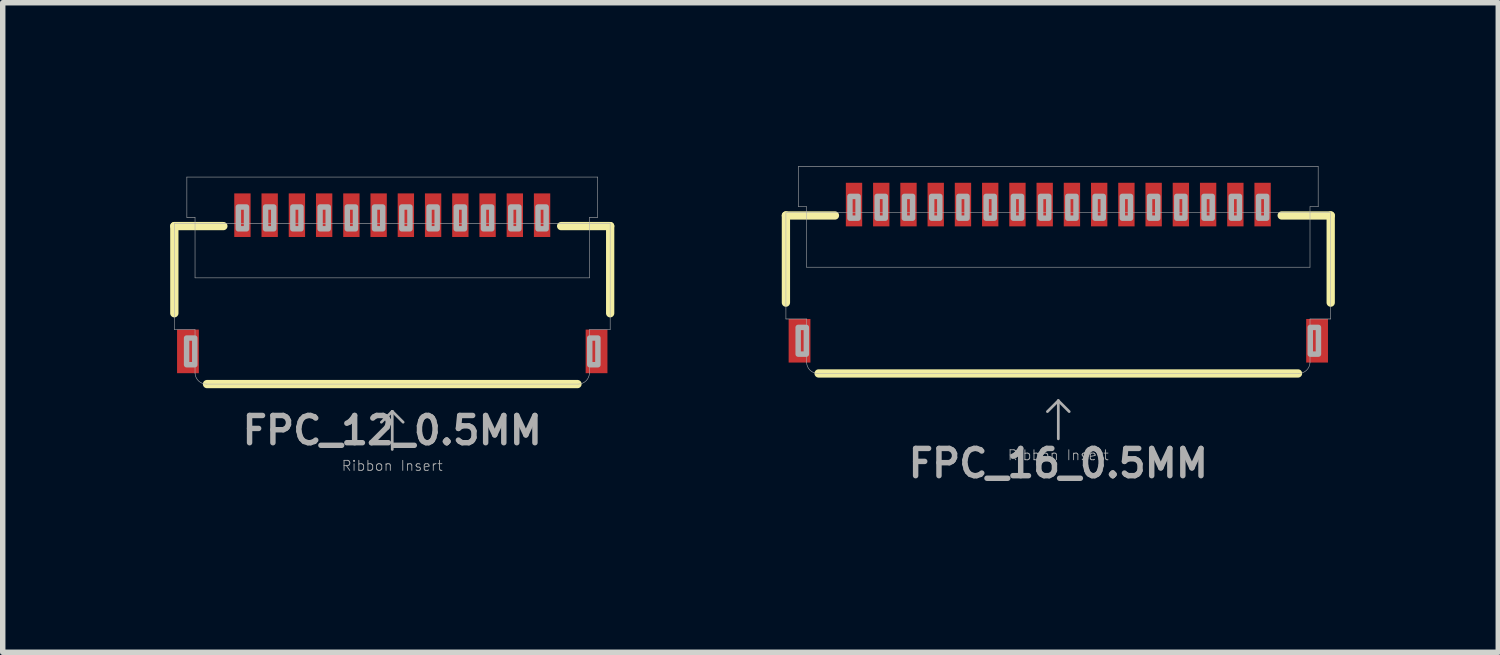
<source format=kicad_pcb>
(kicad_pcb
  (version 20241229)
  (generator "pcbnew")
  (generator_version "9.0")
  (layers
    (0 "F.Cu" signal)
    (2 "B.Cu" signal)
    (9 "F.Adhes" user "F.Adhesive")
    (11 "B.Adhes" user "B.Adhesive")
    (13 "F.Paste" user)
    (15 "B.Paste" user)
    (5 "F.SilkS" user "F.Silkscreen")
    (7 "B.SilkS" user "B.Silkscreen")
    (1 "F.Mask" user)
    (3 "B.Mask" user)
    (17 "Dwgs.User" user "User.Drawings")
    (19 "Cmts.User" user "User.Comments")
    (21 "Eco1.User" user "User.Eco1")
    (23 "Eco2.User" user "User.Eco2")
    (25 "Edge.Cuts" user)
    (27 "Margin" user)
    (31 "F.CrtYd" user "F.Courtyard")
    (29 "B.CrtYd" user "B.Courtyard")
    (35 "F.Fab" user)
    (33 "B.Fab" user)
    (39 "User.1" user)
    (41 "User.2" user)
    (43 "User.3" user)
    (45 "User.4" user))
  (footprint "FPC_12_0.5MM"
    (layer "F.Cu")
    (at 4.15 2.25)
    (property "Reference" "FPC_12_0.5MM" (at 0 2.6 0) (layer "F.Fab") (effects (font (size 0.5 0.5) (thickness 0.1) (bold yes))))
    (fp_line (start -4 -1.15) (end -4 0.45) (stroke (width 0.152) (type solid)) (layer "F.SilkS"))
    (fp_line (start -4 -1.15) (end -3.1 -1.15) (stroke (width 0.152) (type solid)) (layer "F.SilkS"))
    (fp_line (start -3.4 1.75) (end 3.4 1.75) (stroke (width 0.152) (type solid)) (layer "F.SilkS"))
    (fp_line (start 4 -1.15) (end 3.1 -1.15) (stroke (width 0.152) (type solid)) (layer "F.SilkS"))
    (fp_line (start 4 -1.15) (end 4 0.45) (stroke (width 0.152) (type solid)) (layer "F.SilkS"))
    (fp_rect (start -4.1 -2.2) (end 4.1 1.9) (stroke (width 0.1) (type default)) (fill no) (layer "Margin"))
    (fp_line (start -4 -1.2) (end -4 0.75) (stroke (width 0.01) (type solid)) (layer "F.Fab"))
    (fp_line (start -4 -1.2) (end -3.62 -1.2) (stroke (width 0.01) (type solid)) (layer "F.Fab"))
    (fp_line (start -3.77 -2.05) (end -3.77 -1.31) (stroke (width 0.01) (type solid)) (layer "F.Fab"))
    (fp_line (start -3.77 -2.05) (end 3.77 -2.05) (stroke (width 0.01) (type solid)) (layer "F.Fab"))
    (fp_line (start -3.62 -1.31) (end -3.77 -1.31) (stroke (width 0.01) (type solid)) (layer "F.Fab"))
    (fp_line (start -3.62 -1.2) (end -3.62 -1.31) (stroke (width 0.01) (type solid)) (layer "F.Fab"))
    (fp_line (start -3.62 -1.2) (end 3.62 -1.2) (stroke (width 0.01) (type solid)) (layer "F.Fab"))
    (fp_line (start -3.62 -0.2) (end -3.62 -1.2) (stroke (width 0.01) (type solid)) (layer "F.Fab"))
    (fp_line (start -3.62 -0.2) (end 3.62 -0.2) (stroke (width 0.01) (type solid)) (layer "F.Fab"))
    (fp_line (start -3.62 0.75) (end -4 0.75) (stroke (width 0.01) (type solid)) (layer "F.Fab"))
    (fp_line (start -3.62 1.55) (end -3.62 0.75) (stroke (width 0.01) (type solid)) (layer "F.Fab"))
    (fp_line (start 0 2.25) (end -0.2 2.45) (stroke (width 0.05) (type solid)) (layer "F.Fab"))
    (fp_line (start 0 2.25) (end 0.2 2.45) (stroke (width 0.05) (type solid)) (layer "F.Fab"))
    (fp_line (start 0 2.95) (end 0 2.25) (stroke (width 0.05) (type solid)) (layer "F.Fab"))
    (fp_line (start 3.41 1.75) (end -3.41 1.75) (stroke (width 0.01) (type solid)) (layer "F.Fab"))
    (fp_line (start 3.62 -1.31) (end 3.77 -1.31) (stroke (width 0.01) (type solid)) (layer "F.Fab"))
    (fp_line (start 3.62 -1.2) (end 3.62 -1.31) (stroke (width 0.01) (type solid)) (layer "F.Fab"))
    (fp_line (start 3.62 -1.2) (end 4 -1.2) (stroke (width 0.01) (type solid)) (layer "F.Fab"))
    (fp_line (start 3.62 -0.2) (end 3.62 -1.2) (stroke (width 0.01) (type solid)) (layer "F.Fab"))
    (fp_line (start 3.62 1.55) (end 3.62 0.75) (stroke (width 0.01) (type solid)) (layer "F.Fab"))
    (fp_line (start 3.77 -1.31) (end 3.77 -2.05) (stroke (width 0.01) (type solid)) (layer "F.Fab"))
    (fp_line (start 4 -1.2) (end 4 0.75) (stroke (width 0.01) (type solid)) (layer "F.Fab"))
    (fp_line (start 4 0.75) (end 3.62 0.75) (stroke (width 0.01) (type solid)) (layer "F.Fab"))
    (fp_arc (start -3.409999 1.749999) (mid -3.55542 1.692442) (end -3.62 1.55) (stroke (width 0.01) (type solid)) (layer "F.Fab"))
    (fp_arc (start 3.62 1.55) (mid 3.55542 1.692442) (end 3.409999 1.749999) (stroke (width 0.01) (type solid)) (layer "F.Fab"))
    (fp_poly (pts (xy -3.775 1.395) (xy -3.625 1.395) (xy -3.625 0.905) (xy -3.775 0.905)) (stroke (width 0.1) (type default)) (fill no) (layer "F.Fab"))
    (fp_poly (pts (xy -2.825 -1.1) (xy -2.675 -1.1) (xy -2.675 -1.5) (xy -2.825 -1.5)) (stroke (width 0.1) (type default)) (fill no) (layer "F.Fab"))
    (fp_poly (pts (xy -2.325 -1.1) (xy -2.175 -1.1) (xy -2.175 -1.5) (xy -2.325 -1.5)) (stroke (width 0.1) (type default)) (fill no) (layer "F.Fab"))
    (fp_poly (pts (xy -1.825 -1.1) (xy -1.675 -1.1) (xy -1.675 -1.5) (xy -1.825 -1.5)) (stroke (width 0.1) (type default)) (fill no) (layer "F.Fab"))
    (fp_poly (pts (xy -1.325 -1.1) (xy -1.175 -1.1) (xy -1.175 -1.5) (xy -1.325 -1.5)) (stroke (width 0.1) (type default)) (fill no) (layer "F.Fab"))
    (fp_poly (pts (xy -0.825 -1.1) (xy -0.675 -1.1) (xy -0.675 -1.5) (xy -0.825 -1.5)) (stroke (width 0.1) (type default)) (fill no) (layer "F.Fab"))
    (fp_poly (pts (xy -0.325 -1.1) (xy -0.175 -1.1) (xy -0.175 -1.5) (xy -0.325 -1.5)) (stroke (width 0.1) (type default)) (fill no) (layer "F.Fab"))
    (fp_poly (pts (xy 0.175 -1.1) (xy 0.325 -1.1) (xy 0.325 -1.5) (xy 0.175 -1.5)) (stroke (width 0.1) (type default)) (fill no) (layer "F.Fab"))
    (fp_poly (pts (xy 0.675 -1.1) (xy 0.825 -1.1) (xy 0.825 -1.5) (xy 0.675 -1.5)) (stroke (width 0.1) (type default)) (fill no) (layer "F.Fab"))
    (fp_poly (pts (xy 1.175 -1.1) (xy 1.325 -1.1) (xy 1.325 -1.5) (xy 1.175 -1.5)) (stroke (width 0.1) (type default)) (fill no) (layer "F.Fab"))
    (fp_poly (pts (xy 1.675 -1.1) (xy 1.825 -1.1) (xy 1.825 -1.5) (xy 1.675 -1.5)) (stroke (width 0.1) (type default)) (fill no) (layer "F.Fab"))
    (fp_poly (pts (xy 2.175 -1.1) (xy 2.325 -1.1) (xy 2.325 -1.5) (xy 2.175 -1.5)) (stroke (width 0.1) (type default)) (fill no) (layer "F.Fab"))
    (fp_poly (pts (xy 2.675 -1.1) (xy 2.825 -1.1) (xy 2.825 -1.5) (xy 2.675 -1.5)) (stroke (width 0.1) (type default)) (fill no) (layer "F.Fab"))
    (fp_poly (pts (xy 3.625 1.395) (xy 3.775 1.395) (xy 3.775 0.905) (xy 3.625 0.905)) (stroke (width 0.1) (type default)) (fill no) (layer "F.Fab"))
    (fp_text user "Ribbon Insert" (at 0 3.25 0) (layer "F.Fab") (effects (font (size 0.184 0.184) (thickness 0.016))))
    (pad "1" smd rect (at -2.75 -1.35) (size 0.3 0.8) (layers "F.Cu" "F.Mask"))
    (pad "2" smd rect (at -2.25 -1.35) (size 0.3 0.8) (layers "F.Cu" "F.Mask"))
    (pad "3" smd rect (at -1.75 -1.35) (size 0.3 0.8) (layers "F.Cu" "F.Mask"))
    (pad "4" smd rect (at -1.25 -1.35) (size 0.3 0.8) (layers "F.Cu" "F.Mask"))
    (pad "5" smd rect (at -0.75 -1.35) (size 0.3 0.8) (layers "F.Cu" "F.Mask"))
    (pad "6" smd rect (at -0.25 -1.35) (size 0.3 0.8) (layers "F.Cu" "F.Mask"))
    (pad "7" smd rect (at 0.25 -1.35) (size 0.3 0.8) (layers "F.Cu" "F.Mask"))
    (pad "8" smd rect (at 0.75 -1.35) (size 0.3 0.8) (layers "F.Cu" "F.Mask"))
    (pad "9" smd rect (at 1.25 -1.35) (size 0.3 0.8) (layers "F.Cu" "F.Mask"))
    (pad "10" smd rect (at 1.75 -1.35) (size 0.3 0.8) (layers "F.Cu" "F.Mask"))
    (pad "11" smd rect (at 2.25 -1.35) (size 0.3 0.8) (layers "F.Cu" "F.Mask"))
    (pad "12" smd rect (at 2.75 -1.35) (size 0.3 0.8) (layers "F.Cu" "F.Mask"))
    (pad "MP1" smd rect (at -3.75 1.15) (size 0.4 0.8) (layers "F.Cu" "F.Mask" "F.Paste"))
    (pad "MP2" smd rect (at 3.75 1.15) (size 0.4 0.8) (layers "F.Cu" "F.Mask" "F.Paste")))
  (footprint "FPC_16_0.5MM"
    (layer "F.Cu")
    (at 16.376 2.055)
    (property "Reference" "FPC_16_0.5MM" (at 0 3.4 0) (layer "F.Fab") (effects (font (size 0.5 0.5) (thickness 0.1) (bold yes))))
    (fp_line (start -5 -1.15) (end -5 0.45) (stroke (width 0.152) (type solid)) (layer "F.SilkS"))
    (fp_line (start -5 -1.15) (end -4.1 -1.15) (stroke (width 0.152) (type solid)) (layer "F.SilkS"))
    (fp_line (start -4.4 1.75) (end 4.4 1.75) (stroke (width 0.152) (type solid)) (layer "F.SilkS"))
    (fp_line (start 5 -1.15) (end 4.1 -1.15) (stroke (width 0.152) (type solid)) (layer "F.SilkS"))
    (fp_line (start 5 -1.15) (end 5 0.45) (stroke (width 0.152) (type solid)) (layer "F.SilkS"))
    (fp_poly (pts (xy -3.875 -1.025) (xy -3.625 -1.025) (xy -3.625 -1.675) (xy -3.875 -1.675)) (stroke (width 0) (type default)) (fill yes) (layer "F.Paste"))
    (fp_poly (pts (xy -3.375 -1.025) (xy -3.125 -1.025) (xy -3.125 -1.675) (xy -3.375 -1.675)) (stroke (width 0) (type default)) (fill yes) (layer "F.Paste"))
    (fp_poly (pts (xy -2.875 -1.025) (xy -2.625 -1.025) (xy -2.625 -1.675) (xy -2.875 -1.675)) (stroke (width 0) (type default)) (fill yes) (layer "F.Paste"))
    (fp_poly (pts (xy -2.375 -1.025) (xy -2.125 -1.025) (xy -2.125 -1.675) (xy -2.375 -1.675)) (stroke (width 0) (type default)) (fill yes) (layer "F.Paste"))
    (fp_poly (pts (xy -1.875 -1.025) (xy -1.625 -1.025) (xy -1.625 -1.675) (xy -1.875 -1.675)) (stroke (width 0) (type default)) (fill yes) (layer "F.Paste"))
    (fp_poly (pts (xy -1.375 -1.025) (xy -1.125 -1.025) (xy -1.125 -1.675) (xy -1.375 -1.675)) (stroke (width 0) (type default)) (fill yes) (layer "F.Paste"))
    (fp_poly (pts (xy -0.875 -1.025) (xy -0.625 -1.025) (xy -0.625 -1.675) (xy -0.875 -1.675)) (stroke (width 0) (type default)) (fill yes) (layer "F.Paste"))
    (fp_poly (pts (xy -0.375 -1.025) (xy -0.125 -1.025) (xy -0.125 -1.675) (xy -0.375 -1.675)) (stroke (width 0) (type default)) (fill yes) (layer "F.Paste"))
    (fp_poly (pts (xy 0.125 -1.025) (xy 0.375 -1.025) (xy 0.375 -1.675) (xy 0.125 -1.675)) (stroke (width 0) (type default)) (fill yes) (layer "F.Paste"))
    (fp_poly (pts (xy 0.625 -1.025) (xy 0.875 -1.025) (xy 0.875 -1.675) (xy 0.625 -1.675)) (stroke (width 0) (type default)) (fill yes) (layer "F.Paste"))
    (fp_poly (pts (xy 1.125 -1.025) (xy 1.375 -1.025) (xy 1.375 -1.675) (xy 1.125 -1.675)) (stroke (width 0) (type default)) (fill yes) (layer "F.Paste"))
    (fp_poly (pts (xy 1.625 -1.025) (xy 1.875 -1.025) (xy 1.875 -1.675) (xy 1.625 -1.675)) (stroke (width 0) (type default)) (fill yes) (layer "F.Paste"))
    (fp_poly (pts (xy 2.125 -1.025) (xy 2.375 -1.025) (xy 2.375 -1.675) (xy 2.125 -1.675)) (stroke (width 0) (type default)) (fill yes) (layer "F.Paste"))
    (fp_poly (pts (xy 2.625 -1.025) (xy 2.875 -1.025) (xy 2.875 -1.675) (xy 2.625 -1.675)) (stroke (width 0) (type default)) (fill yes) (layer "F.Paste"))
    (fp_poly (pts (xy 3.125 -1.025) (xy 3.375 -1.025) (xy 3.375 -1.675) (xy 3.125 -1.675)) (stroke (width 0) (type default)) (fill yes) (layer "F.Paste"))
    (fp_poly (pts (xy 3.625 -1.025) (xy 3.875 -1.025) (xy 3.875 -1.675) (xy 3.625 -1.675)) (stroke (width 0) (type default)) (fill yes) (layer "F.Paste"))
    (fp_line (start -5 -1.2) (end -5 0.75) (stroke (width 0.01) (type solid)) (layer "F.Fab"))
    (fp_line (start -5 -1.2) (end -4.62 -1.2) (stroke (width 0.01) (type solid)) (layer "F.Fab"))
    (fp_line (start -4.77 -2.05) (end -4.77 -1.31) (stroke (width 0.01) (type solid)) (layer "F.Fab"))
    (fp_line (start -4.77 -2.05) (end 4.77 -2.05) (stroke (width 0.01) (type solid)) (layer "F.Fab"))
    (fp_line (start -4.62 -1.31) (end -4.77 -1.31) (stroke (width 0.01) (type solid)) (layer "F.Fab"))
    (fp_line (start -4.62 -1.2) (end -4.62 -1.31) (stroke (width 0.01) (type solid)) (layer "F.Fab"))
    (fp_line (start -4.62 -1.2) (end 4.62 -1.2) (stroke (width 0.01) (type solid)) (layer "F.Fab"))
    (fp_line (start -4.62 -0.2) (end -4.62 -1.2) (stroke (width 0.01) (type solid)) (layer "F.Fab"))
    (fp_line (start -4.62 -0.2) (end 4.62 -0.2) (stroke (width 0.01) (type solid)) (layer "F.Fab"))
    (fp_line (start -4.62 0.75) (end -5 0.75) (stroke (width 0.01) (type solid)) (layer "F.Fab"))
    (fp_line (start -4.62 1.55) (end -4.62 0.75) (stroke (width 0.01) (type solid)) (layer "F.Fab"))
    (fp_line (start 0 2.25) (end -0.2 2.45) (stroke (width 0.05) (type solid)) (layer "F.Fab"))
    (fp_line (start 0 2.25) (end 0.2 2.45) (stroke (width 0.05) (type solid)) (layer "F.Fab"))
    (fp_line (start 0 2.95) (end 0 2.25) (stroke (width 0.05) (type solid)) (layer "F.Fab"))
    (fp_line (start 4.41 1.75) (end -4.41 1.75) (stroke (width 0.01) (type solid)) (layer "F.Fab"))
    (fp_line (start 4.62 -1.31) (end 4.77 -1.31) (stroke (width 0.01) (type solid)) (layer "F.Fab"))
    (fp_line (start 4.62 -1.2) (end 4.62 -1.31) (stroke (width 0.01) (type solid)) (layer "F.Fab"))
    (fp_line (start 4.62 -1.2) (end 5 -1.2) (stroke (width 0.01) (type solid)) (layer "F.Fab"))
    (fp_line (start 4.62 -0.2) (end 4.62 -1.2) (stroke (width 0.01) (type solid)) (layer "F.Fab"))
    (fp_line (start 4.62 1.55) (end 4.62 0.75) (stroke (width 0.01) (type solid)) (layer "F.Fab"))
    (fp_line (start 4.77 -1.31) (end 4.77 -2.05) (stroke (width 0.01) (type solid)) (layer "F.Fab"))
    (fp_line (start 5 -1.2) (end 5 0.75) (stroke (width 0.01) (type solid)) (layer "F.Fab"))
    (fp_line (start 5 0.75) (end 4.62 0.75) (stroke (width 0.01) (type solid)) (layer "F.Fab"))
    (fp_arc (start -4.409999 1.749999) (mid -4.55542 1.692442) (end -4.62 1.55) (stroke (width 0.01) (type solid)) (layer "F.Fab"))
    (fp_arc (start 4.62 1.55) (mid 4.55542 1.692442) (end 4.409999 1.749999) (stroke (width 0.01) (type solid)) (layer "F.Fab"))
    (fp_poly (pts (xy -4.775 1.395) (xy -4.625 1.395) (xy -4.625 0.905) (xy -4.775 0.905)) (stroke (width 0.1) (type default)) (fill no) (layer "F.Fab"))
    (fp_poly (pts (xy -3.825 -1.1) (xy -3.675 -1.1) (xy -3.675 -1.5) (xy -3.825 -1.5)) (stroke (width 0.1) (type default)) (fill no) (layer "F.Fab"))
    (fp_poly (pts (xy -3.325 -1.1) (xy -3.175 -1.1) (xy -3.175 -1.5) (xy -3.325 -1.5)) (stroke (width 0.1) (type default)) (fill no) (layer "F.Fab"))
    (fp_poly (pts (xy -2.825 -1.1) (xy -2.675 -1.1) (xy -2.675 -1.5) (xy -2.825 -1.5)) (stroke (width 0.1) (type default)) (fill no) (layer "F.Fab"))
    (fp_poly (pts (xy -2.325 -1.1) (xy -2.175 -1.1) (xy -2.175 -1.5) (xy -2.325 -1.5)) (stroke (width 0.1) (type default)) (fill no) (layer "F.Fab"))
    (fp_poly (pts (xy -1.825 -1.1) (xy -1.675 -1.1) (xy -1.675 -1.5) (xy -1.825 -1.5)) (stroke (width 0.1) (type default)) (fill no) (layer "F.Fab"))
    (fp_poly (pts (xy -1.325 -1.1) (xy -1.175 -1.1) (xy -1.175 -1.5) (xy -1.325 -1.5)) (stroke (width 0.1) (type default)) (fill no) (layer "F.Fab"))
    (fp_poly (pts (xy -0.825 -1.1) (xy -0.675 -1.1) (xy -0.675 -1.5) (xy -0.825 -1.5)) (stroke (width 0.1) (type default)) (fill no) (layer "F.Fab"))
    (fp_poly (pts (xy -0.325 -1.1) (xy -0.175 -1.1) (xy -0.175 -1.5) (xy -0.325 -1.5)) (stroke (width 0.1) (type default)) (fill no) (layer "F.Fab"))
    (fp_poly (pts (xy 0.175 -1.1) (xy 0.325 -1.1) (xy 0.325 -1.5) (xy 0.175 -1.5)) (stroke (width 0.1) (type default)) (fill no) (layer "F.Fab"))
    (fp_poly (pts (xy 0.675 -1.1) (xy 0.825 -1.1) (xy 0.825 -1.5) (xy 0.675 -1.5)) (stroke (width 0.1) (type default)) (fill no) (layer "F.Fab"))
    (fp_poly (pts (xy 1.175 -1.1) (xy 1.325 -1.1) (xy 1.325 -1.5) (xy 1.175 -1.5)) (stroke (width 0.1) (type default)) (fill no) (layer "F.Fab"))
    (fp_poly (pts (xy 1.675 -1.1) (xy 1.825 -1.1) (xy 1.825 -1.5) (xy 1.675 -1.5)) (stroke (width 0.1) (type default)) (fill no) (layer "F.Fab"))
    (fp_poly (pts (xy 2.175 -1.1) (xy 2.325 -1.1) (xy 2.325 -1.5) (xy 2.175 -1.5)) (stroke (width 0.1) (type default)) (fill no) (layer "F.Fab"))
    (fp_poly (pts (xy 2.675 -1.1) (xy 2.825 -1.1) (xy 2.825 -1.5) (xy 2.675 -1.5)) (stroke (width 0.1) (type default)) (fill no) (layer "F.Fab"))
    (fp_poly (pts (xy 3.175 -1.1) (xy 3.325 -1.1) (xy 3.325 -1.5) (xy 3.175 -1.5)) (stroke (width 0.1) (type default)) (fill no) (layer "F.Fab"))
    (fp_poly (pts (xy 3.675 -1.1) (xy 3.825 -1.1) (xy 3.825 -1.5) (xy 3.675 -1.5)) (stroke (width 0.1) (type default)) (fill no) (layer "F.Fab"))
    (fp_poly (pts (xy 4.625 1.395) (xy 4.775 1.395) (xy 4.775 0.905) (xy 4.625 0.905)) (stroke (width 0.1) (type default)) (fill no) (layer "F.Fab"))
    (fp_text user "Ribbon Insert" (at 0 3.25 0) (layer "F.Fab") (effects (font (size 0.184 0.184) (thickness 0.016))))
    (pad "1" smd rect (at -3.75 -1.35) (size 0.3 0.8) (layers "F.Cu" "F.Mask"))
    (pad "2" smd rect (at -3.25 -1.35) (size 0.3 0.8) (layers "F.Cu" "F.Mask"))
    (pad "3" smd rect (at -2.75 -1.35) (size 0.3 0.8) (layers "F.Cu" "F.Mask"))
    (pad "4" smd rect (at -2.25 -1.35) (size 0.3 0.8) (layers "F.Cu" "F.Mask"))
    (pad "5" smd rect (at -1.75 -1.35) (size 0.3 0.8) (layers "F.Cu" "F.Mask"))
    (pad "6" smd rect (at -1.25 -1.35) (size 0.3 0.8) (layers "F.Cu" "F.Mask"))
    (pad "7" smd rect (at -0.75 -1.35) (size 0.3 0.8) (layers "F.Cu" "F.Mask"))
    (pad "8" smd rect (at -0.25 -1.35) (size 0.3 0.8) (layers "F.Cu" "F.Mask"))
    (pad "9" smd rect (at 0.25 -1.35) (size 0.3 0.8) (layers "F.Cu" "F.Mask"))
    (pad "10" smd rect (at 0.75 -1.35) (size 0.3 0.8) (layers "F.Cu" "F.Mask"))
    (pad "11" smd rect (at 1.25 -1.35) (size 0.3 0.8) (layers "F.Cu" "F.Mask"))
    (pad "12" smd rect (at 1.75 -1.35) (size 0.3 0.8) (layers "F.Cu" "F.Mask"))
    (pad "13" smd rect (at 2.25 -1.35) (size 0.3 0.8) (layers "F.Cu" "F.Mask"))
    (pad "14" smd rect (at 2.75 -1.35) (size 0.3 0.8) (layers "F.Cu" "F.Mask"))
    (pad "15" smd rect (at 3.25 -1.35) (size 0.3 0.8) (layers "F.Cu" "F.Mask"))
    (pad "16" smd rect (at 3.75 -1.35) (size 0.3 0.8) (layers "F.Cu" "F.Mask"))
    (pad "MP1" smd rect (at -4.75 1.15) (size 0.4 0.8) (layers "F.Cu" "F.Mask" "F.Paste"))
    (pad "MP2" smd rect (at 4.75 1.15) (size 0.4 0.8) (layers "F.Cu" "F.Mask" "F.Paste")))
  (gr_rect
    (start -3 -3)
    (end 24.452 8.923)
    (stroke (width 0.1) (type default))
    (fill no)
    (layer "Edge.Cuts")))
</source>
